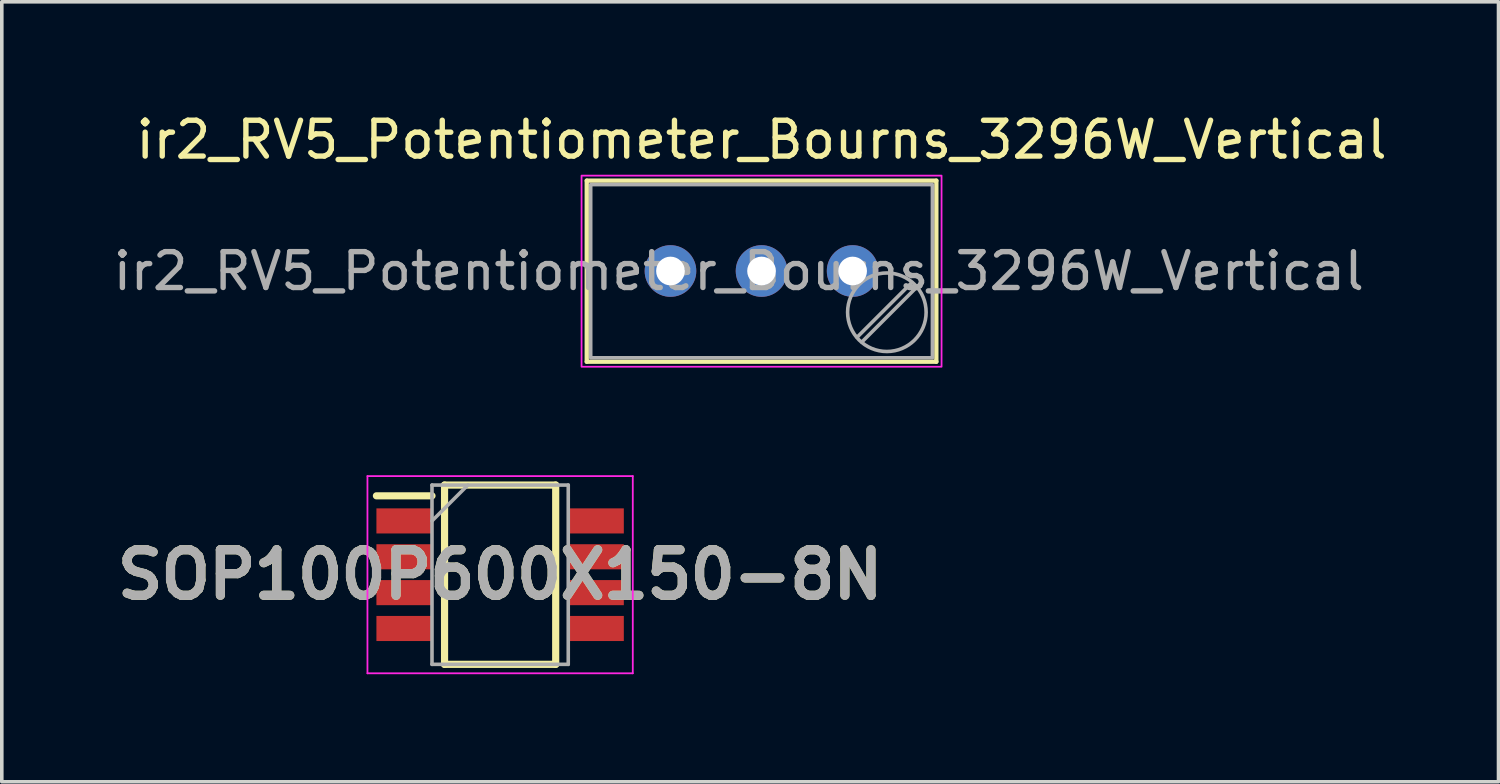
<source format=kicad_pcb>
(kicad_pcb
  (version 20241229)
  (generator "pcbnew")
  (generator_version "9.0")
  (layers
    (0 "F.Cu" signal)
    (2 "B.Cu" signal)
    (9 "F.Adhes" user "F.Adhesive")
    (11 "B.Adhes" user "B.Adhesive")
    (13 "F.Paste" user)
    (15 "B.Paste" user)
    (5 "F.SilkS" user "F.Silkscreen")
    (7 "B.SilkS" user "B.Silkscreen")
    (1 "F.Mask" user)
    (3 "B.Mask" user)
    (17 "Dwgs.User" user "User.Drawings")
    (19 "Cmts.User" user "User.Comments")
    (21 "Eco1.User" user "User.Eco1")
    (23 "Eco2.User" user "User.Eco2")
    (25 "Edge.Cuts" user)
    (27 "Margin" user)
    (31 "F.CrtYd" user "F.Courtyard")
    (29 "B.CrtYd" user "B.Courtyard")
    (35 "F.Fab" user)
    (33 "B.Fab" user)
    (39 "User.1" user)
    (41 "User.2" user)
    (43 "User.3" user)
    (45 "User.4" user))
  (footprint "SOP100P600X150-8N"
    (layer "F.Cu")
    (at 10.898 12.978)
    (property "Reference" "SOP100P600X150-8N" (at 0 0 0) (layer "F.SilkS") (effects (font (size 1.27 1.27) (thickness 0.254))))
    (attr smd)
    (fp_line (start -3.45 -2.2) (end -1.9 -2.2) (stroke (width 0.2) (type solid)) (layer "F.SilkS"))
    (fp_line (start -1.55 -2.5) (end 1.55 -2.5) (stroke (width 0.2) (type solid)) (layer "F.SilkS"))
    (fp_line (start -1.55 2.5) (end -1.55 -2.5) (stroke (width 0.2) (type solid)) (layer "F.SilkS"))
    (fp_line (start 1.55 -2.5) (end 1.55 2.5) (stroke (width 0.2) (type solid)) (layer "F.SilkS"))
    (fp_line (start 1.55 2.5) (end -1.55 2.5) (stroke (width 0.2) (type solid)) (layer "F.SilkS"))
    (fp_line (start -3.7 -2.75) (end 3.7 -2.75) (stroke (width 0.05) (type solid)) (layer "F.CrtYd"))
    (fp_line (start -3.7 2.75) (end -3.7 -2.75) (stroke (width 0.05) (type solid)) (layer "F.CrtYd"))
    (fp_line (start 3.7 -2.75) (end 3.7 2.75) (stroke (width 0.05) (type solid)) (layer "F.CrtYd"))
    (fp_line (start 3.7 2.75) (end -3.7 2.75) (stroke (width 0.05) (type solid)) (layer "F.CrtYd"))
    (fp_line (start -1.9 -2.5) (end 1.9 -2.5) (stroke (width 0.1) (type solid)) (layer "F.Fab"))
    (fp_line (start -1.9 -1.5) (end -0.9 -2.5) (stroke (width 0.1) (type solid)) (layer "F.Fab"))
    (fp_line (start -1.9 2.5) (end -1.9 -2.5) (stroke (width 0.1) (type solid)) (layer "F.Fab"))
    (fp_line (start 1.9 -2.5) (end 1.9 2.5) (stroke (width 0.1) (type solid)) (layer "F.Fab"))
    (fp_line (start 1.9 2.5) (end -1.9 2.5) (stroke (width 0.1) (type solid)) (layer "F.Fab"))
    (fp_text user "${REFERENCE}" (at 0 0 0) (layer "F.Fab") (effects (font (size 1.27 1.27) (thickness 0.254))))
    (pad "1" smd rect (at -2.675 -1.5 90) (size 0.7 1.55) (layers "F.Cu" "F.Mask" "F.Paste"))
    (pad "2" smd rect (at -2.675 -0.5 90) (size 0.7 1.55) (layers "F.Cu" "F.Mask" "F.Paste"))
    (pad "3" smd rect (at -2.675 0.5 90) (size 0.7 1.55) (layers "F.Cu" "F.Mask" "F.Paste"))
    (pad "4" smd rect (at -2.675 1.5 90) (size 0.7 1.55) (layers "F.Cu" "F.Mask" "F.Paste"))
    (pad "5" smd rect (at 2.675 1.5 90) (size 0.7 1.55) (layers "F.Cu" "F.Mask" "F.Paste"))
    (pad "6" smd rect (at 2.675 0.5 90) (size 0.7 1.55) (layers "F.Cu" "F.Mask" "F.Paste"))
    (pad "7" smd rect (at 2.675 -0.5 90) (size 0.7 1.55) (layers "F.Cu" "F.Mask" "F.Paste"))
    (pad "8" smd rect (at 2.675 -1.5 90) (size 0.7 1.55) (layers "F.Cu" "F.Mask" "F.Paste")))
  (footprint "ir2_RV5_Potentiometer_Bourns_3296W_Vertical"
    (layer "F.Cu")
    (at 20.729 4.508)
    (property "Reference" "ir2_RV5_Potentiometer_Bourns_3296W_Vertical" (at -2.54 -3.66 0) (layer "F.SilkS") (effects (font (size 1 1) (thickness 0.15))))
    (attr through_hole)
    (fp_line (start -7.415 -2.52) (end 2.335 -2.52) (stroke (width 0.12) (type solid)) (layer "F.SilkS"))
    (fp_line (start -7.415 2.53) (end -7.415 -2.52) (stroke (width 0.12) (type solid)) (layer "F.SilkS"))
    (fp_line (start 2.335 -2.52) (end 2.335 2.53) (stroke (width 0.12) (type solid)) (layer "F.SilkS"))
    (fp_line (start 2.335 2.53) (end -7.415 2.53) (stroke (width 0.12) (type solid)) (layer "F.SilkS"))
    (fp_rect (start -7.56 -2.66) (end 2.48 2.67) (stroke (width 0.05) (type solid)) (fill no) (layer "F.CrtYd"))
    (fp_line (start 1.652 0.32) (end 0.125 1.847) (stroke (width 0.1) (type solid)) (layer "F.Fab"))
    (fp_line (start 1.785 0.453) (end 0.258 1.98) (stroke (width 0.1) (type solid)) (layer "F.Fab"))
    (fp_rect (start -7.305 -2.41) (end 2.225 2.42) (stroke (width 0.1) (type solid)) (fill no) (layer "F.Fab"))
    (fp_circle (center 0.955 1.15) (end 2.05 1.15) (stroke (width 0.1) (type solid)) (fill no) (layer "F.Fab"))
    (fp_text user "${REFERENCE}" (at -3.175 0.005 0) (layer "F.Fab") (effects (font (size 1 1) (thickness 0.15))))
    (pad "1" thru_hole circle (at 0 0) (size 1.44 1.44) (drill 0.8) (layers "*.Cu" "*.Mask"))
    (pad "2" thru_hole circle (at -2.54 0) (size 1.44 1.44) (drill 0.8) (layers "*.Cu" "*.Mask"))
    (pad "3" thru_hole circle (at -5.08 0) (size 1.44 1.44) (drill 0.8) (layers "*.Cu" "*.Mask")))
  (gr_rect
    (start -3 -3)
    (end 38.742 18.753)
    (stroke (width 0.1) (type default))
    (fill no)
    (layer "Edge.Cuts")))
</source>
